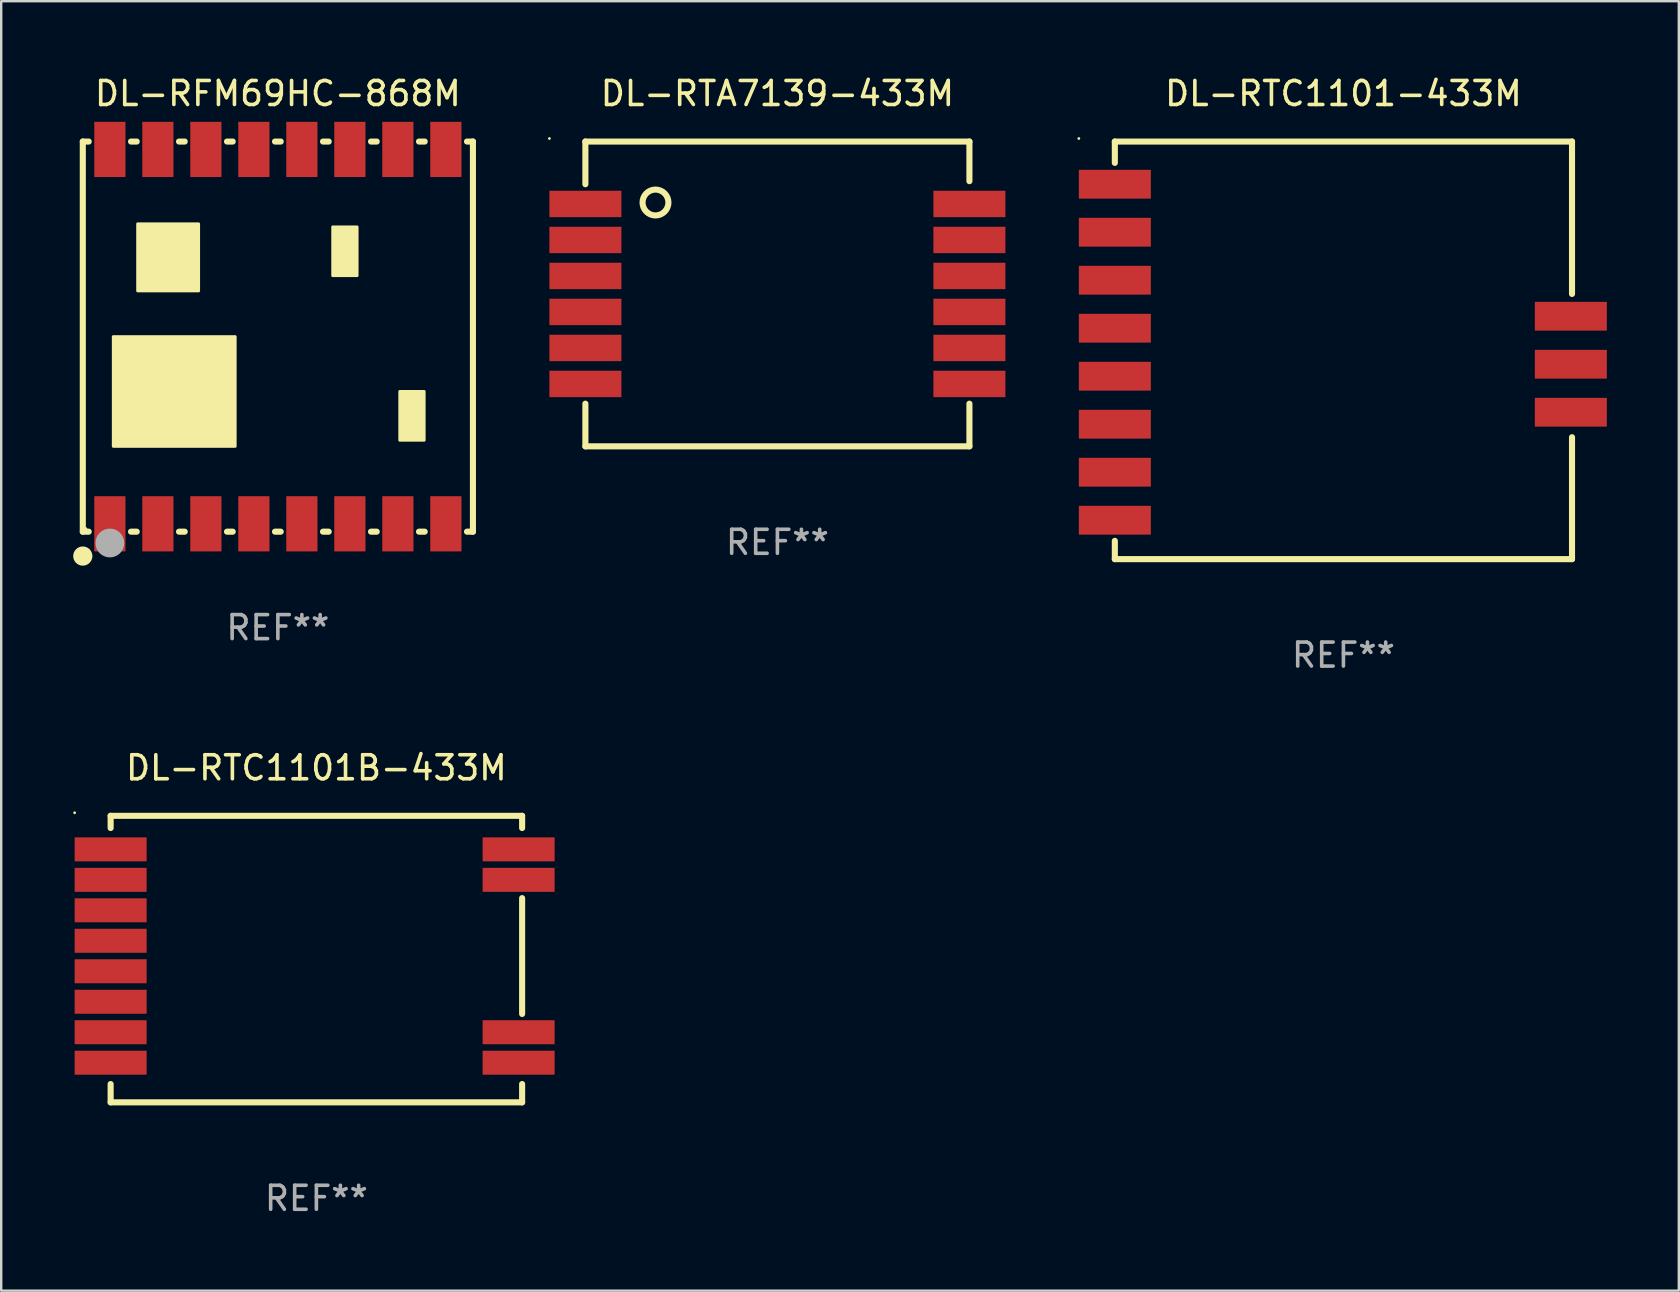
<source format=kicad_pcb>
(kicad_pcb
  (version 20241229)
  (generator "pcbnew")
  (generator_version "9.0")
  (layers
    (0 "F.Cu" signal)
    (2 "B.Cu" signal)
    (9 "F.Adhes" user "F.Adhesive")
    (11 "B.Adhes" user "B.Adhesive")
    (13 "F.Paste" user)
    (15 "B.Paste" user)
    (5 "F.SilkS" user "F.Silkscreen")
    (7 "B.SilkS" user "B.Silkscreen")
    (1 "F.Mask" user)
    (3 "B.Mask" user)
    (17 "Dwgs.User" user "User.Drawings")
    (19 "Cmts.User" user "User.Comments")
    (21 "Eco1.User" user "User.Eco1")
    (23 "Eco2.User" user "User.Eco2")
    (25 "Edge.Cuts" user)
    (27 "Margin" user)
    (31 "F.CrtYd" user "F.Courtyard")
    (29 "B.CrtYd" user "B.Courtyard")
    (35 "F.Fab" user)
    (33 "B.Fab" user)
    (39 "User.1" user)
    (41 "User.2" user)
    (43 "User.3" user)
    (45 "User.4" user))
  (footprint "DL-RTC1101-433M"
    (layer "F.Cu")
    (at 52.928 11.548)
    (property "Reference" "DL-RTC1101-433M" (at 0 -10.7 0) (layer "F.SilkS") (effects (font (size 1 1) (thickness 0.15))))
    (attr through_hole)
    (fp_line (start -9.525 -8.7) (end 9.525 -8.7) (stroke (width 0.254) (type solid)) (layer "F.SilkS"))
    (fp_line (start -9.525 -7.811) (end -9.525 -8.7) (stroke (width 0.254) (type solid)) (layer "F.SilkS"))
    (fp_line (start -9.525 7.938) (end -9.525 8.7) (stroke (width 0.254) (type solid)) (layer "F.SilkS"))
    (fp_line (start -9.525 8.7) (end 9.525 8.7) (stroke (width 0.254) (type solid)) (layer "F.SilkS"))
    (fp_line (start 9.525 -8.7) (end 9.525 -2.35) (stroke (width 0.254) (type solid)) (layer "F.SilkS"))
    (fp_line (start 9.525 8.7) (end 9.525 3.62) (stroke (width 0.254) (type solid)) (layer "F.SilkS"))
    (fp_circle (center -11.025 -8.827) (end -10.995 -8.827) (stroke (width 0.06) (type solid)) (fill no) (layer "F.SilkS"))
    (fp_text user "REF**" (at 0 12.7 0) (layer "F.Fab") (effects (font (size 1 1) (thickness 0.15))))
    (pad "1" smd rect (at -9.525 -6.922) (size 3 1.2) (layers "F.Cu" "F.Mask" "F.Paste"))
    (pad "2" smd rect (at -9.525 -4.922) (size 3 1.2) (layers "F.Cu" "F.Mask" "F.Paste"))
    (pad "3" smd rect (at -9.525 -2.922) (size 3 1.2) (layers "F.Cu" "F.Mask" "F.Paste"))
    (pad "4" smd rect (at -9.525 -0.922) (size 3 1.2) (layers "F.Cu" "F.Mask" "F.Paste"))
    (pad "5" smd rect (at -9.525 1.078) (size 3 1.2) (layers "F.Cu" "F.Mask" "F.Paste"))
    (pad "6" smd rect (at -9.525 3.078) (size 3 1.2) (layers "F.Cu" "F.Mask" "F.Paste"))
    (pad "7" smd rect (at -9.525 5.078) (size 3 1.2) (layers "F.Cu" "F.Mask" "F.Paste"))
    (pad "8" smd rect (at -9.525 7.078) (size 3 1.2) (layers "F.Cu" "F.Mask" "F.Paste"))
    (pad "9" smd rect (at 9.475 2.579) (size 3 1.2) (layers "F.Cu" "F.Mask" "F.Paste"))
    (pad "10" smd rect (at 9.475 0.579) (size 3 1.2) (layers "F.Cu" "F.Mask" "F.Paste"))
    (pad "11" smd rect (at 9.475 -1.421) (size 3 1.2) (layers "F.Cu" "F.Mask" "F.Paste")))
  (footprint "DL-RTA7139-433M"
    (layer "F.Cu")
    (at 29.343 9.198)
    (property "Reference" "DL-RTA7139-433M" (at 0 -8.35 0) (layer "F.SilkS") (effects (font (size 1 1) (thickness 0.15))))
    (attr through_hole)
    (fp_line (start -8.001 -6.35) (end 8.001 -6.35) (stroke (width 0.254) (type solid)) (layer "F.SilkS"))
    (fp_line (start -8.001 -4.572) (end -8.001 -6.35) (stroke (width 0.254) (type solid)) (layer "F.SilkS"))
    (fp_line (start -8.001 4.572) (end -8.001 6.35) (stroke (width 0.254) (type solid)) (layer "F.SilkS"))
    (fp_line (start -8.001 6.35) (end 8.001 6.35) (stroke (width 0.254) (type solid)) (layer "F.SilkS"))
    (fp_line (start 8.001 -6.35) (end 8.001 -4.699) (stroke (width 0.254) (type solid)) (layer "F.SilkS"))
    (fp_line (start 8.001 6.35) (end 8.001 4.572) (stroke (width 0.254) (type solid)) (layer "F.SilkS"))
    (fp_circle (center -9.5 -6.477) (end -9.47 -6.477) (stroke (width 0.06) (type solid)) (fill no) (layer "F.SilkS"))
    (fp_circle (center -5.08 -3.81) (end -4.541 -3.81) (stroke (width 0.254) (type solid)) (fill no) (layer "F.SilkS"))
    (fp_text user "REF**" (at 0 10.35 0) (layer "F.Fab") (effects (font (size 1 1) (thickness 0.15))))
    (pad "1" smd rect (at -8 -3.75) (size 3 1.1) (layers "F.Cu" "F.Mask" "F.Paste"))
    (pad "2" smd rect (at -8 -2.25) (size 3 1.1) (layers "F.Cu" "F.Mask" "F.Paste"))
    (pad "3" smd rect (at -8 -0.75) (size 3 1.1) (layers "F.Cu" "F.Mask" "F.Paste"))
    (pad "4" smd rect (at -8 0.75) (size 3 1.1) (layers "F.Cu" "F.Mask" "F.Paste"))
    (pad "5" smd rect (at -8 2.25) (size 3 1.1) (layers "F.Cu" "F.Mask" "F.Paste"))
    (pad "6" smd rect (at -8 3.75) (size 3 1.1) (layers "F.Cu" "F.Mask" "F.Paste"))
    (pad "7" smd rect (at 8 3.75) (size 3 1.1) (layers "F.Cu" "F.Mask" "F.Paste"))
    (pad "8" smd rect (at 8 2.25) (size 3 1.1) (layers "F.Cu" "F.Mask" "F.Paste"))
    (pad "9" smd rect (at 8 0.75) (size 3 1.1) (layers "F.Cu" "F.Mask" "F.Paste"))
    (pad "10" smd rect (at 8 -0.75) (size 3 1.1) (layers "F.Cu" "F.Mask" "F.Paste"))
    (pad "11" smd rect (at 8 -2.25) (size 3 1.1) (layers "F.Cu" "F.Mask" "F.Paste"))
    (pad "12" smd rect (at 8 -3.75) (size 3 1.1) (layers "F.Cu" "F.Mask" "F.Paste")))
  (footprint "DL-RTC1101B-433M"
    (layer "F.Cu")
    (at 10.133 36.913)
    (property "Reference" "DL-RTC1101B-433M" (at 0 -7.969 0) (layer "F.SilkS") (effects (font (size 1 1) (thickness 0.15))))
    (attr through_hole)
    (fp_line (start -8.573 -5.969) (end 8.573 -5.969) (stroke (width 0.254) (type solid)) (layer "F.SilkS"))
    (fp_line (start -8.573 -5.461) (end -8.573 -5.969) (stroke (width 0.254) (type solid)) (layer "F.SilkS"))
    (fp_line (start -8.573 5.207) (end -8.573 5.969) (stroke (width 0.254) (type solid)) (layer "F.SilkS"))
    (fp_line (start -8.573 5.969) (end 8.573 5.969) (stroke (width 0.254) (type solid)) (layer "F.SilkS"))
    (fp_line (start 8.573 -5.969) (end 8.573 -5.461) (stroke (width 0.254) (type solid)) (layer "F.SilkS"))
    (fp_line (start 8.573 -2.54) (end 8.573 2.286) (stroke (width 0.254) (type solid)) (layer "F.SilkS"))
    (fp_line (start 8.573 5.969) (end 8.573 5.207) (stroke (width 0.254) (type solid)) (layer "F.SilkS"))
    (fp_circle (center -10.073 -6.096) (end -10.043 -6.096) (stroke (width 0.06) (type solid)) (fill no) (layer "F.SilkS"))
    (fp_text user "REF**" (at 0 9.969 0) (layer "F.Fab") (effects (font (size 1 1) (thickness 0.15))))
    (pad "1" smd rect (at -8.573 -4.572) (size 3 1) (layers "F.Cu" "F.Mask" "F.Paste"))
    (pad "2" smd rect (at -8.573 -3.302) (size 3 1) (layers "F.Cu" "F.Mask" "F.Paste"))
    (pad "3" smd rect (at -8.573 -2.032) (size 3 1) (layers "F.Cu" "F.Mask" "F.Paste"))
    (pad "4" smd rect (at -8.573 -0.762) (size 3 1) (layers "F.Cu" "F.Mask" "F.Paste"))
    (pad "5" smd rect (at -8.573 0.508) (size 3 1) (layers "F.Cu" "F.Mask" "F.Paste"))
    (pad "6" smd rect (at -8.573 1.778) (size 3 1) (layers "F.Cu" "F.Mask" "F.Paste"))
    (pad "7" smd rect (at -8.573 3.048) (size 3 1) (layers "F.Cu" "F.Mask" "F.Paste"))
    (pad "8" smd rect (at -8.573 4.318) (size 3 1) (layers "F.Cu" "F.Mask" "F.Paste"))
    (pad "9" smd rect (at 8.427 4.318) (size 3 1) (layers "F.Cu" "F.Mask" "F.Paste"))
    (pad "10" smd rect (at 8.427 3.048) (size 3 1) (layers "F.Cu" "F.Mask" "F.Paste"))
    (pad "11" smd rect (at 8.427 -3.302) (size 3 1) (layers "F.Cu" "F.Mask" "F.Paste"))
    (pad "12" smd rect (at 8.427 -4.572) (size 3 1) (layers "F.Cu" "F.Mask" "F.Paste")))
  (footprint "DL-RFM69HC-868M"
    (layer "F.Cu")
    (at 8.528 10.976)
    (property "Reference" "DL-RFM69HC-868M" (at 0 -10.128 0) (layer "F.SilkS") (effects (font (size 1 1) (thickness 0.15))))
    (attr through_hole)
    (fp_line (start -8.128 -8.128) (end -8.128 8.128) (stroke (width 0.254) (type solid)) (layer "F.SilkS"))
    (fp_line (start -8.128 -8.128) (end -7.881 -8.128) (stroke (width 0.254) (type solid)) (layer "F.SilkS"))
    (fp_line (start -8.128 8.128) (end -7.881 8.128) (stroke (width 0.254) (type solid)) (layer "F.SilkS"))
    (fp_line (start -6.119 -8.128) (end -5.881 -8.128) (stroke (width 0.254) (type solid)) (layer "F.SilkS"))
    (fp_line (start -6.119 8.128) (end -5.881 8.128) (stroke (width 0.254) (type solid)) (layer "F.SilkS"))
    (fp_line (start -4.119 -8.128) (end -3.881 -8.128) (stroke (width 0.254) (type solid)) (layer "F.SilkS"))
    (fp_line (start -4.119 8.128) (end -3.881 8.128) (stroke (width 0.254) (type solid)) (layer "F.SilkS"))
    (fp_line (start -2.119 -8.128) (end -1.881 -8.128) (stroke (width 0.254) (type solid)) (layer "F.SilkS"))
    (fp_line (start -2.119 8.128) (end -1.881 8.128) (stroke (width 0.254) (type solid)) (layer "F.SilkS"))
    (fp_line (start -0.119 -8.128) (end 0.119 -8.128) (stroke (width 0.254) (type solid)) (layer "F.SilkS"))
    (fp_line (start -0.119 8.128) (end 0.119 8.128) (stroke (width 0.254) (type solid)) (layer "F.SilkS"))
    (fp_line (start 1.881 -8.128) (end 2.119 -8.128) (stroke (width 0.254) (type solid)) (layer "F.SilkS"))
    (fp_line (start 1.881 8.128) (end 2.119 8.128) (stroke (width 0.254) (type solid)) (layer "F.SilkS"))
    (fp_line (start 3.881 -8.128) (end 4.119 -8.128) (stroke (width 0.254) (type solid)) (layer "F.SilkS"))
    (fp_line (start 3.881 8.128) (end 4.119 8.128) (stroke (width 0.254) (type solid)) (layer "F.SilkS"))
    (fp_line (start 5.881 -8.128) (end 6.119 -8.128) (stroke (width 0.254) (type solid)) (layer "F.SilkS"))
    (fp_line (start 5.881 8.128) (end 6.119 8.128) (stroke (width 0.254) (type solid)) (layer "F.SilkS"))
    (fp_line (start 7.881 -8.128) (end 8.128 -8.128) (stroke (width 0.254) (type solid)) (layer "F.SilkS"))
    (fp_line (start 7.881 8.128) (end 8.128 8.128) (stroke (width 0.254) (type solid)) (layer "F.SilkS"))
    (fp_line (start 8.128 8.128) (end 8.128 -8.128) (stroke (width 0.254) (type solid)) (layer "F.SilkS"))
    (fp_circle (center -8.128 9.144) (end -7.928 9.144) (stroke (width 0.4) (type solid)) (fill no) (layer "F.SilkS"))
    (fp_circle (center -8 8) (end -7.97 8) (stroke (width 0.06) (type solid)) (fill no) (layer "F.SilkS"))
    (fp_poly (pts (xy -6.858 0) (xy -1.778 0) (xy -1.778 4.572) (xy -6.858 4.572)) (stroke (width 0.12) (type solid)) (fill yes) (layer "F.SilkS"))
    (fp_poly (pts (xy -5.842 -4.699) (xy -3.302 -4.699) (xy -3.302 -1.905) (xy -5.842 -1.905)) (stroke (width 0.12) (type solid)) (fill yes) (layer "F.SilkS"))
    (fp_poly (pts (xy 2.286 -4.572) (xy 3.302 -4.572) (xy 3.302 -2.54) (xy 2.286 -2.54)) (stroke (width 0.12) (type solid)) (fill yes) (layer "F.SilkS"))
    (fp_poly (pts (xy 5.08 2.286) (xy 6.096 2.286) (xy 6.096 4.318) (xy 5.08 4.318)) (stroke (width 0.12) (type solid)) (fill yes) (layer "F.SilkS"))
    (fp_circle (center -7 8.6) (end -6.7 8.6) (stroke (width 0.6) (type solid)) (fill no) (layer "F.Fab"))
    (fp_text user "REF**" (at 0 12.128 0) (layer "F.Fab") (effects (font (size 1 1) (thickness 0.15))))
    (pad "1" smd rect (at -7 7.8) (size 1.3 2.3) (layers "F.Cu" "F.Mask" "F.Paste"))
    (pad "2" smd rect (at -5 7.8) (size 1.3 2.3) (layers "F.Cu" "F.Mask" "F.Paste"))
    (pad "3" smd rect (at -3 7.8) (size 1.3 2.3) (layers "F.Cu" "F.Mask" "F.Paste"))
    (pad "4" smd rect (at -1 7.8) (size 1.3 2.3) (layers "F.Cu" "F.Mask" "F.Paste"))
    (pad "5" smd rect (at 1 7.8) (size 1.3 2.3) (layers "F.Cu" "F.Mask" "F.Paste"))
    (pad "6" smd rect (at 3 7.8) (size 1.3 2.3) (layers "F.Cu" "F.Mask" "F.Paste"))
    (pad "7" smd rect (at 5 7.8) (size 1.3 2.3) (layers "F.Cu" "F.Mask" "F.Paste"))
    (pad "8" smd rect (at 7 7.8) (size 1.3 2.3) (layers "F.Cu" "F.Mask" "F.Paste"))
    (pad "9" smd rect (at 7 -7.8) (size 1.3 2.3) (layers "F.Cu" "F.Mask" "F.Paste"))
    (pad "10" smd rect (at 5 -7.8) (size 1.3 2.3) (layers "F.Cu" "F.Mask" "F.Paste"))
    (pad "11" smd rect (at 3 -7.8) (size 1.3 2.3) (layers "F.Cu" "F.Mask" "F.Paste"))
    (pad "12" smd rect (at 1 -7.8) (size 1.3 2.3) (layers "F.Cu" "F.Mask" "F.Paste"))
    (pad "13" smd rect (at -1 -7.8) (size 1.3 2.3) (layers "F.Cu" "F.Mask" "F.Paste"))
    (pad "14" smd rect (at -3 -7.8) (size 1.3 2.3) (layers "F.Cu" "F.Mask" "F.Paste"))
    (pad "15" smd rect (at -5 -7.8) (size 1.3 2.3) (layers "F.Cu" "F.Mask" "F.Paste"))
    (pad "16" smd rect (at -7 -7.8) (size 1.3 2.3) (layers "F.Cu" "F.Mask" "F.Paste")))
  (gr_rect
    (start -3 -3)
    (end 66.903 50.73)
    (stroke (width 0.1) (type default))
    (fill no)
    (layer "Edge.Cuts")))
</source>
